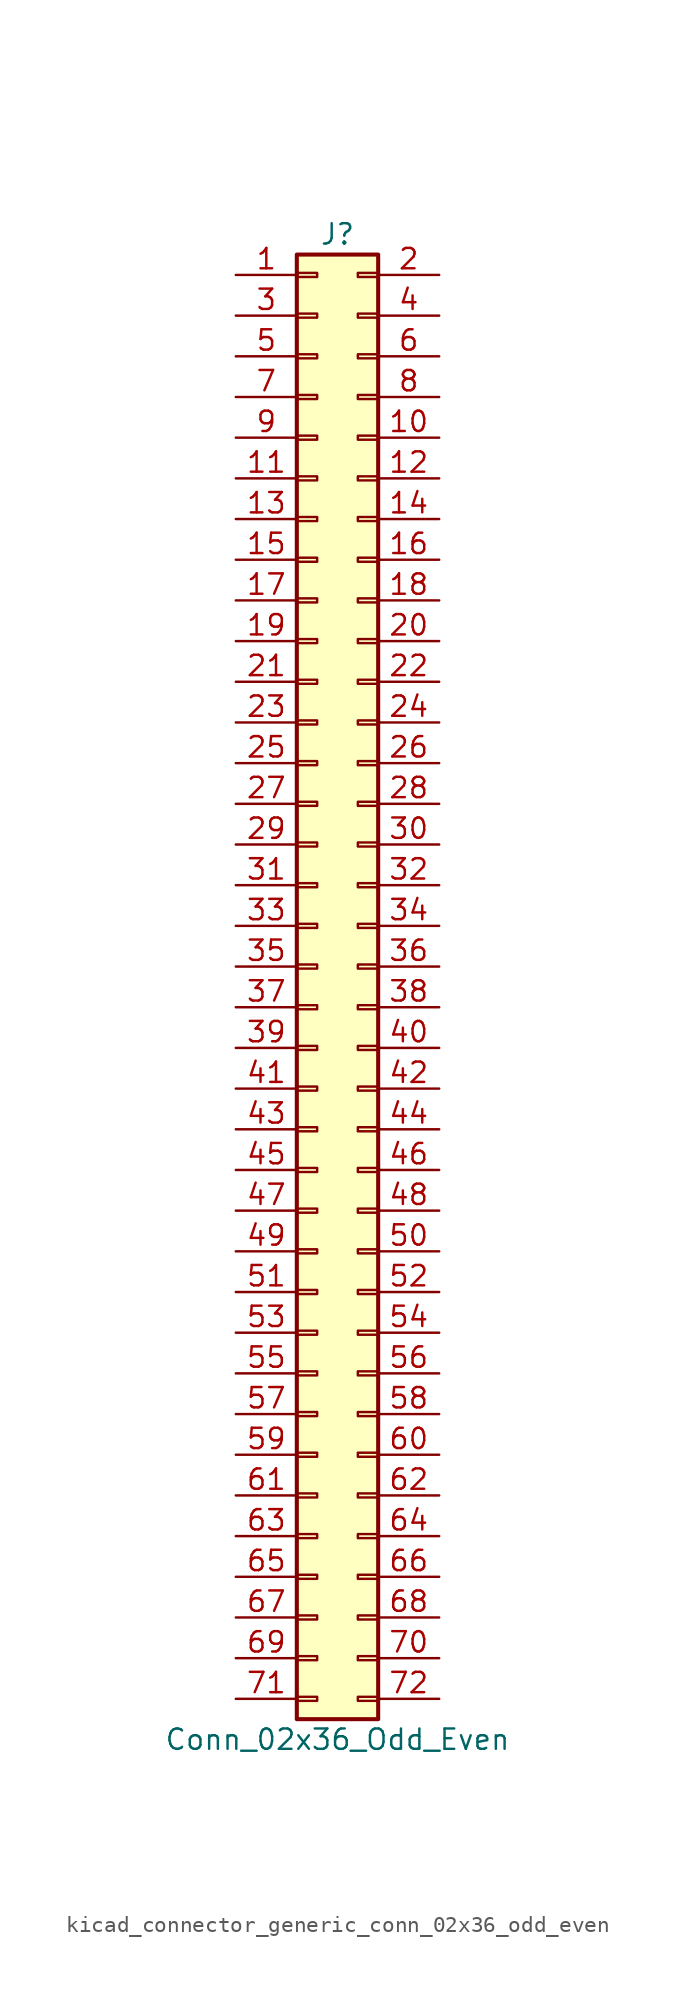
<source format=kicad_sym>
(kicad_symbol_lib
  (version 20220914)
  (generator kicad_symbol_editor)
  (symbol "kicad_connector_generic_conn_02x36_odd_even"
    (pin_names
      (offset 1.016) hide)
    (property "Reference" "J"
      (at 1.27 45.72 0)
      (effects (font (size 1.27 1.27))))
    (property "Value" "Conn_02x36_Odd_Even"
      (at 1.27 -48.26 0)
      (effects (font (size 1.27 1.27))))
    (symbol "kicad_connector_generic_conn_02x36_odd_even_1_1"
      (rectangle (start -1.27 -45.593) (end 0 -45.847) (stroke (width 0.152) (type default)) (fill (type none)))
      (rectangle (start -1.27 -43.053) (end 0 -43.307) (stroke (width 0.152) (type default)) (fill (type none)))
      (rectangle (start -1.27 -40.513) (end 0 -40.767) (stroke (width 0.152) (type default)) (fill (type none)))
      (rectangle (start -1.27 -37.973) (end 0 -38.227) (stroke (width 0.152) (type default)) (fill (type none)))
      (rectangle (start -1.27 -35.433) (end 0 -35.687) (stroke (width 0.152) (type default)) (fill (type none)))
      (rectangle (start -1.27 -32.893) (end 0 -33.147) (stroke (width 0.152) (type default)) (fill (type none)))
      (rectangle (start -1.27 -30.353) (end 0 -30.607) (stroke (width 0.152) (type default)) (fill (type none)))
      (rectangle (start -1.27 -27.813) (end 0 -28.067) (stroke (width 0.152) (type default)) (fill (type none)))
      (rectangle (start -1.27 -25.273) (end 0 -25.527) (stroke (width 0.152) (type default)) (fill (type none)))
      (rectangle (start -1.27 -22.733) (end 0 -22.987) (stroke (width 0.152) (type default)) (fill (type none)))
      (rectangle (start -1.27 -20.193) (end 0 -20.447) (stroke (width 0.152) (type default)) (fill (type none)))
      (rectangle (start -1.27 -17.653) (end 0 -17.907) (stroke (width 0.152) (type default)) (fill (type none)))
      (rectangle (start -1.27 -15.113) (end 0 -15.367) (stroke (width 0.152) (type default)) (fill (type none)))
      (rectangle (start -1.27 -12.573) (end 0 -12.827) (stroke (width 0.152) (type default)) (fill (type none)))
      (rectangle (start -1.27 -10.033) (end 0 -10.287) (stroke (width 0.152) (type default)) (fill (type none)))
      (rectangle (start -1.27 -7.493) (end 0 -7.747) (stroke (width 0.152) (type default)) (fill (type none)))
      (rectangle (start -1.27 -4.953) (end 0 -5.207) (stroke (width 0.152) (type default)) (fill (type none)))
      (rectangle (start -1.27 -2.413) (end 0 -2.667) (stroke (width 0.152) (type default)) (fill (type none)))
      (rectangle (start -1.27 0.127) (end 0 -0.127) (stroke (width 0.152) (type default)) (fill (type none)))
      (rectangle (start -1.27 2.667) (end 0 2.413) (stroke (width 0.152) (type default)) (fill (type none)))
      (rectangle (start -1.27 5.207) (end 0 4.953) (stroke (width 0.152) (type default)) (fill (type none)))
      (rectangle (start -1.27 7.747) (end 0 7.493) (stroke (width 0.152) (type default)) (fill (type none)))
      (rectangle (start -1.27 10.287) (end 0 10.033) (stroke (width 0.152) (type default)) (fill (type none)))
      (rectangle (start -1.27 12.827) (end 0 12.573) (stroke (width 0.152) (type default)) (fill (type none)))
      (rectangle (start -1.27 15.367) (end 0 15.113) (stroke (width 0.152) (type default)) (fill (type none)))
      (rectangle (start -1.27 17.907) (end 0 17.653) (stroke (width 0.152) (type default)) (fill (type none)))
      (rectangle (start -1.27 20.447) (end 0 20.193) (stroke (width 0.152) (type default)) (fill (type none)))
      (rectangle (start -1.27 22.987) (end 0 22.733) (stroke (width 0.152) (type default)) (fill (type none)))
      (rectangle (start -1.27 25.527) (end 0 25.273) (stroke (width 0.152) (type default)) (fill (type none)))
      (rectangle (start -1.27 28.067) (end 0 27.813) (stroke (width 0.152) (type default)) (fill (type none)))
      (rectangle (start -1.27 30.607) (end 0 30.353) (stroke (width 0.152) (type default)) (fill (type none)))
      (rectangle (start -1.27 33.147) (end 0 32.893) (stroke (width 0.152) (type default)) (fill (type none)))
      (rectangle (start -1.27 35.687) (end 0 35.433) (stroke (width 0.152) (type default)) (fill (type none)))
      (rectangle (start -1.27 38.227) (end 0 37.973) (stroke (width 0.152) (type default)) (fill (type none)))
      (rectangle (start -1.27 40.767) (end 0 40.513) (stroke (width 0.152) (type default)) (fill (type none)))
      (rectangle (start -1.27 43.307) (end 0 43.053) (stroke (width 0.152) (type default)) (fill (type none)))
      (rectangle (start -1.27 44.45) (end 3.81 -46.99) (stroke (width 0.254) (type default)) (fill (type background)))
      (rectangle (start 3.81 -45.593) (end 2.54 -45.847) (stroke (width 0.152) (type default)) (fill (type none)))
      (rectangle (start 3.81 -43.053) (end 2.54 -43.307) (stroke (width 0.152) (type default)) (fill (type none)))
      (rectangle (start 3.81 -40.513) (end 2.54 -40.767) (stroke (width 0.152) (type default)) (fill (type none)))
      (rectangle (start 3.81 -37.973) (end 2.54 -38.227) (stroke (width 0.152) (type default)) (fill (type none)))
      (rectangle (start 3.81 -35.433) (end 2.54 -35.687) (stroke (width 0.152) (type default)) (fill (type none)))
      (rectangle (start 3.81 -32.893) (end 2.54 -33.147) (stroke (width 0.152) (type default)) (fill (type none)))
      (rectangle (start 3.81 -30.353) (end 2.54 -30.607) (stroke (width 0.152) (type default)) (fill (type none)))
      (rectangle (start 3.81 -27.813) (end 2.54 -28.067) (stroke (width 0.152) (type default)) (fill (type none)))
      (rectangle (start 3.81 -25.273) (end 2.54 -25.527) (stroke (width 0.152) (type default)) (fill (type none)))
      (rectangle (start 3.81 -22.733) (end 2.54 -22.987) (stroke (width 0.152) (type default)) (fill (type none)))
      (rectangle (start 3.81 -20.193) (end 2.54 -20.447) (stroke (width 0.152) (type default)) (fill (type none)))
      (rectangle (start 3.81 -17.653) (end 2.54 -17.907) (stroke (width 0.152) (type default)) (fill (type none)))
      (rectangle (start 3.81 -15.113) (end 2.54 -15.367) (stroke (width 0.152) (type default)) (fill (type none)))
      (rectangle (start 3.81 -12.573) (end 2.54 -12.827) (stroke (width 0.152) (type default)) (fill (type none)))
      (rectangle (start 3.81 -10.033) (end 2.54 -10.287) (stroke (width 0.152) (type default)) (fill (type none)))
      (rectangle (start 3.81 -7.493) (end 2.54 -7.747) (stroke (width 0.152) (type default)) (fill (type none)))
      (rectangle (start 3.81 -4.953) (end 2.54 -5.207) (stroke (width 0.152) (type default)) (fill (type none)))
      (rectangle (start 3.81 -2.413) (end 2.54 -2.667) (stroke (width 0.152) (type default)) (fill (type none)))
      (rectangle (start 3.81 0.127) (end 2.54 -0.127) (stroke (width 0.152) (type default)) (fill (type none)))
      (rectangle (start 3.81 2.667) (end 2.54 2.413) (stroke (width 0.152) (type default)) (fill (type none)))
      (rectangle (start 3.81 5.207) (end 2.54 4.953) (stroke (width 0.152) (type default)) (fill (type none)))
      (rectangle (start 3.81 7.747) (end 2.54 7.493) (stroke (width 0.152) (type default)) (fill (type none)))
      (rectangle (start 3.81 10.287) (end 2.54 10.033) (stroke (width 0.152) (type default)) (fill (type none)))
      (rectangle (start 3.81 12.827) (end 2.54 12.573) (stroke (width 0.152) (type default)) (fill (type none)))
      (rectangle (start 3.81 15.367) (end 2.54 15.113) (stroke (width 0.152) (type default)) (fill (type none)))
      (rectangle (start 3.81 17.907) (end 2.54 17.653) (stroke (width 0.152) (type default)) (fill (type none)))
      (rectangle (start 3.81 20.447) (end 2.54 20.193) (stroke (width 0.152) (type default)) (fill (type none)))
      (rectangle (start 3.81 22.987) (end 2.54 22.733) (stroke (width 0.152) (type default)) (fill (type none)))
      (rectangle (start 3.81 25.527) (end 2.54 25.273) (stroke (width 0.152) (type default)) (fill (type none)))
      (rectangle (start 3.81 28.067) (end 2.54 27.813) (stroke (width 0.152) (type default)) (fill (type none)))
      (rectangle (start 3.81 30.607) (end 2.54 30.353) (stroke (width 0.152) (type default)) (fill (type none)))
      (rectangle (start 3.81 33.147) (end 2.54 32.893) (stroke (width 0.152) (type default)) (fill (type none)))
      (rectangle (start 3.81 35.687) (end 2.54 35.433) (stroke (width 0.152) (type default)) (fill (type none)))
      (rectangle (start 3.81 38.227) (end 2.54 37.973) (stroke (width 0.152) (type default)) (fill (type none)))
      (rectangle (start 3.81 40.767) (end 2.54 40.513) (stroke (width 0.152) (type default)) (fill (type none)))
      (rectangle (start 3.81 43.307) (end 2.54 43.053) (stroke (width 0.152) (type default)) (fill (type none)))
      (pin passive line (at -5.08 43.18 0) (length 3.81) (name "Pin_1" (effects (font (size 1.27 1.27)))) (number "1" (effects (font (size 1.27 1.27)))))
      (pin passive line (at 7.62 33.02 180) (length 3.81) (name "Pin_10" (effects (font (size 1.27 1.27)))) (number "10" (effects (font (size 1.27 1.27)))))
      (pin passive line (at -5.08 30.48 0) (length 3.81) (name "Pin_11" (effects (font (size 1.27 1.27)))) (number "11" (effects (font (size 1.27 1.27)))))
      (pin passive line (at 7.62 30.48 180) (length 3.81) (name "Pin_12" (effects (font (size 1.27 1.27)))) (number "12" (effects (font (size 1.27 1.27)))))
      (pin passive line (at -5.08 27.94 0) (length 3.81) (name "Pin_13" (effects (font (size 1.27 1.27)))) (number "13" (effects (font (size 1.27 1.27)))))
      (pin passive line (at 7.62 27.94 180) (length 3.81) (name "Pin_14" (effects (font (size 1.27 1.27)))) (number "14" (effects (font (size 1.27 1.27)))))
      (pin passive line (at -5.08 25.4 0) (length 3.81) (name "Pin_15" (effects (font (size 1.27 1.27)))) (number "15" (effects (font (size 1.27 1.27)))))
      (pin passive line (at 7.62 25.4 180) (length 3.81) (name "Pin_16" (effects (font (size 1.27 1.27)))) (number "16" (effects (font (size 1.27 1.27)))))
      (pin passive line (at -5.08 22.86 0) (length 3.81) (name "Pin_17" (effects (font (size 1.27 1.27)))) (number "17" (effects (font (size 1.27 1.27)))))
      (pin passive line (at 7.62 22.86 180) (length 3.81) (name "Pin_18" (effects (font (size 1.27 1.27)))) (number "18" (effects (font (size 1.27 1.27)))))
      (pin passive line (at -5.08 20.32 0) (length 3.81) (name "Pin_19" (effects (font (size 1.27 1.27)))) (number "19" (effects (font (size 1.27 1.27)))))
      (pin passive line (at 7.62 43.18 180) (length 3.81) (name "Pin_2" (effects (font (size 1.27 1.27)))) (number "2" (effects (font (size 1.27 1.27)))))
      (pin passive line (at 7.62 20.32 180) (length 3.81) (name "Pin_20" (effects (font (size 1.27 1.27)))) (number "20" (effects (font (size 1.27 1.27)))))
      (pin passive line (at -5.08 17.78 0) (length 3.81) (name "Pin_21" (effects (font (size 1.27 1.27)))) (number "21" (effects (font (size 1.27 1.27)))))
      (pin passive line (at 7.62 17.78 180) (length 3.81) (name "Pin_22" (effects (font (size 1.27 1.27)))) (number "22" (effects (font (size 1.27 1.27)))))
      (pin passive line (at -5.08 15.24 0) (length 3.81) (name "Pin_23" (effects (font (size 1.27 1.27)))) (number "23" (effects (font (size 1.27 1.27)))))
      (pin passive line (at 7.62 15.24 180) (length 3.81) (name "Pin_24" (effects (font (size 1.27 1.27)))) (number "24" (effects (font (size 1.27 1.27)))))
      (pin passive line (at -5.08 12.7 0) (length 3.81) (name "Pin_25" (effects (font (size 1.27 1.27)))) (number "25" (effects (font (size 1.27 1.27)))))
      (pin passive line (at 7.62 12.7 180) (length 3.81) (name "Pin_26" (effects (font (size 1.27 1.27)))) (number "26" (effects (font (size 1.27 1.27)))))
      (pin passive line (at -5.08 10.16 0) (length 3.81) (name "Pin_27" (effects (font (size 1.27 1.27)))) (number "27" (effects (font (size 1.27 1.27)))))
      (pin passive line (at 7.62 10.16 180) (length 3.81) (name "Pin_28" (effects (font (size 1.27 1.27)))) (number "28" (effects (font (size 1.27 1.27)))))
      (pin passive line (at -5.08 7.62 0) (length 3.81) (name "Pin_29" (effects (font (size 1.27 1.27)))) (number "29" (effects (font (size 1.27 1.27)))))
      (pin passive line (at -5.08 40.64 0) (length 3.81) (name "Pin_3" (effects (font (size 1.27 1.27)))) (number "3" (effects (font (size 1.27 1.27)))))
      (pin passive line (at 7.62 7.62 180) (length 3.81) (name "Pin_30" (effects (font (size 1.27 1.27)))) (number "30" (effects (font (size 1.27 1.27)))))
      (pin passive line (at -5.08 5.08 0) (length 3.81) (name "Pin_31" (effects (font (size 1.27 1.27)))) (number "31" (effects (font (size 1.27 1.27)))))
      (pin passive line (at 7.62 5.08 180) (length 3.81) (name "Pin_32" (effects (font (size 1.27 1.27)))) (number "32" (effects (font (size 1.27 1.27)))))
      (pin passive line (at -5.08 2.54 0) (length 3.81) (name "Pin_33" (effects (font (size 1.27 1.27)))) (number "33" (effects (font (size 1.27 1.27)))))
      (pin passive line (at 7.62 2.54 180) (length 3.81) (name "Pin_34" (effects (font (size 1.27 1.27)))) (number "34" (effects (font (size 1.27 1.27)))))
      (pin passive line (at -5.08 0 0) (length 3.81) (name "Pin_35" (effects (font (size 1.27 1.27)))) (number "35" (effects (font (size 1.27 1.27)))))
      (pin passive line (at 7.62 0 180) (length 3.81) (name "Pin_36" (effects (font (size 1.27 1.27)))) (number "36" (effects (font (size 1.27 1.27)))))
      (pin passive line (at -5.08 -2.54 0) (length 3.81) (name "Pin_37" (effects (font (size 1.27 1.27)))) (number "37" (effects (font (size 1.27 1.27)))))
      (pin passive line (at 7.62 -2.54 180) (length 3.81) (name "Pin_38" (effects (font (size 1.27 1.27)))) (number "38" (effects (font (size 1.27 1.27)))))
      (pin passive line (at -5.08 -5.08 0) (length 3.81) (name "Pin_39" (effects (font (size 1.27 1.27)))) (number "39" (effects (font (size 1.27 1.27)))))
      (pin passive line (at 7.62 40.64 180) (length 3.81) (name "Pin_4" (effects (font (size 1.27 1.27)))) (number "4" (effects (font (size 1.27 1.27)))))
      (pin passive line (at 7.62 -5.08 180) (length 3.81) (name "Pin_40" (effects (font (size 1.27 1.27)))) (number "40" (effects (font (size 1.27 1.27)))))
      (pin passive line (at -5.08 -7.62 0) (length 3.81) (name "Pin_41" (effects (font (size 1.27 1.27)))) (number "41" (effects (font (size 1.27 1.27)))))
      (pin passive line (at 7.62 -7.62 180) (length 3.81) (name "Pin_42" (effects (font (size 1.27 1.27)))) (number "42" (effects (font (size 1.27 1.27)))))
      (pin passive line (at -5.08 -10.16 0) (length 3.81) (name "Pin_43" (effects (font (size 1.27 1.27)))) (number "43" (effects (font (size 1.27 1.27)))))
      (pin passive line (at 7.62 -10.16 180) (length 3.81) (name "Pin_44" (effects (font (size 1.27 1.27)))) (number "44" (effects (font (size 1.27 1.27)))))
      (pin passive line (at -5.08 -12.7 0) (length 3.81) (name "Pin_45" (effects (font (size 1.27 1.27)))) (number "45" (effects (font (size 1.27 1.27)))))
      (pin passive line (at 7.62 -12.7 180) (length 3.81) (name "Pin_46" (effects (font (size 1.27 1.27)))) (number "46" (effects (font (size 1.27 1.27)))))
      (pin passive line (at -5.08 -15.24 0) (length 3.81) (name "Pin_47" (effects (font (size 1.27 1.27)))) (number "47" (effects (font (size 1.27 1.27)))))
      (pin passive line (at 7.62 -15.24 180) (length 3.81) (name "Pin_48" (effects (font (size 1.27 1.27)))) (number "48" (effects (font (size 1.27 1.27)))))
      (pin passive line (at -5.08 -17.78 0) (length 3.81) (name "Pin_49" (effects (font (size 1.27 1.27)))) (number "49" (effects (font (size 1.27 1.27)))))
      (pin passive line (at -5.08 38.1 0) (length 3.81) (name "Pin_5" (effects (font (size 1.27 1.27)))) (number "5" (effects (font (size 1.27 1.27)))))
      (pin passive line (at 7.62 -17.78 180) (length 3.81) (name "Pin_50" (effects (font (size 1.27 1.27)))) (number "50" (effects (font (size 1.27 1.27)))))
      (pin passive line (at -5.08 -20.32 0) (length 3.81) (name "Pin_51" (effects (font (size 1.27 1.27)))) (number "51" (effects (font (size 1.27 1.27)))))
      (pin passive line (at 7.62 -20.32 180) (length 3.81) (name "Pin_52" (effects (font (size 1.27 1.27)))) (number "52" (effects (font (size 1.27 1.27)))))
      (pin passive line (at -5.08 -22.86 0) (length 3.81) (name "Pin_53" (effects (font (size 1.27 1.27)))) (number "53" (effects (font (size 1.27 1.27)))))
      (pin passive line (at 7.62 -22.86 180) (length 3.81) (name "Pin_54" (effects (font (size 1.27 1.27)))) (number "54" (effects (font (size 1.27 1.27)))))
      (pin passive line (at -5.08 -25.4 0) (length 3.81) (name "Pin_55" (effects (font (size 1.27 1.27)))) (number "55" (effects (font (size 1.27 1.27)))))
      (pin passive line (at 7.62 -25.4 180) (length 3.81) (name "Pin_56" (effects (font (size 1.27 1.27)))) (number "56" (effects (font (size 1.27 1.27)))))
      (pin passive line (at -5.08 -27.94 0) (length 3.81) (name "Pin_57" (effects (font (size 1.27 1.27)))) (number "57" (effects (font (size 1.27 1.27)))))
      (pin passive line (at 7.62 -27.94 180) (length 3.81) (name "Pin_58" (effects (font (size 1.27 1.27)))) (number "58" (effects (font (size 1.27 1.27)))))
      (pin passive line (at -5.08 -30.48 0) (length 3.81) (name "Pin_59" (effects (font (size 1.27 1.27)))) (number "59" (effects (font (size 1.27 1.27)))))
      (pin passive line (at 7.62 38.1 180) (length 3.81) (name "Pin_6" (effects (font (size 1.27 1.27)))) (number "6" (effects (font (size 1.27 1.27)))))
      (pin passive line (at 7.62 -30.48 180) (length 3.81) (name "Pin_60" (effects (font (size 1.27 1.27)))) (number "60" (effects (font (size 1.27 1.27)))))
      (pin passive line (at -5.08 -33.02 0) (length 3.81) (name "Pin_61" (effects (font (size 1.27 1.27)))) (number "61" (effects (font (size 1.27 1.27)))))
      (pin passive line (at 7.62 -33.02 180) (length 3.81) (name "Pin_62" (effects (font (size 1.27 1.27)))) (number "62" (effects (font (size 1.27 1.27)))))
      (pin passive line (at -5.08 -35.56 0) (length 3.81) (name "Pin_63" (effects (font (size 1.27 1.27)))) (number "63" (effects (font (size 1.27 1.27)))))
      (pin passive line (at 7.62 -35.56 180) (length 3.81) (name "Pin_64" (effects (font (size 1.27 1.27)))) (number "64" (effects (font (size 1.27 1.27)))))
      (pin passive line (at -5.08 -38.1 0) (length 3.81) (name "Pin_65" (effects (font (size 1.27 1.27)))) (number "65" (effects (font (size 1.27 1.27)))))
      (pin passive line (at 7.62 -38.1 180) (length 3.81) (name "Pin_66" (effects (font (size 1.27 1.27)))) (number "66" (effects (font (size 1.27 1.27)))))
      (pin passive line (at -5.08 -40.64 0) (length 3.81) (name "Pin_67" (effects (font (size 1.27 1.27)))) (number "67" (effects (font (size 1.27 1.27)))))
      (pin passive line (at 7.62 -40.64 180) (length 3.81) (name "Pin_68" (effects (font (size 1.27 1.27)))) (number "68" (effects (font (size 1.27 1.27)))))
      (pin passive line (at -5.08 -43.18 0) (length 3.81) (name "Pin_69" (effects (font (size 1.27 1.27)))) (number "69" (effects (font (size 1.27 1.27)))))
      (pin passive line (at -5.08 35.56 0) (length 3.81) (name "Pin_7" (effects (font (size 1.27 1.27)))) (number "7" (effects (font (size 1.27 1.27)))))
      (pin passive line (at 7.62 -43.18 180) (length 3.81) (name "Pin_70" (effects (font (size 1.27 1.27)))) (number "70" (effects (font (size 1.27 1.27)))))
      (pin passive line (at -5.08 -45.72 0) (length 3.81) (name "Pin_71" (effects (font (size 1.27 1.27)))) (number "71" (effects (font (size 1.27 1.27)))))
      (pin passive line (at 7.62 -45.72 180) (length 3.81) (name "Pin_72" (effects (font (size 1.27 1.27)))) (number "72" (effects (font (size 1.27 1.27)))))
      (pin passive line (at 7.62 35.56 180) (length 3.81) (name "Pin_8" (effects (font (size 1.27 1.27)))) (number "8" (effects (font (size 1.27 1.27)))))
      (pin passive line (at -5.08 33.02 0) (length 3.81) (name "Pin_9" (effects (font (size 1.27 1.27)))) (number "9" (effects (font (size 1.27 1.27))))))))
</source>
